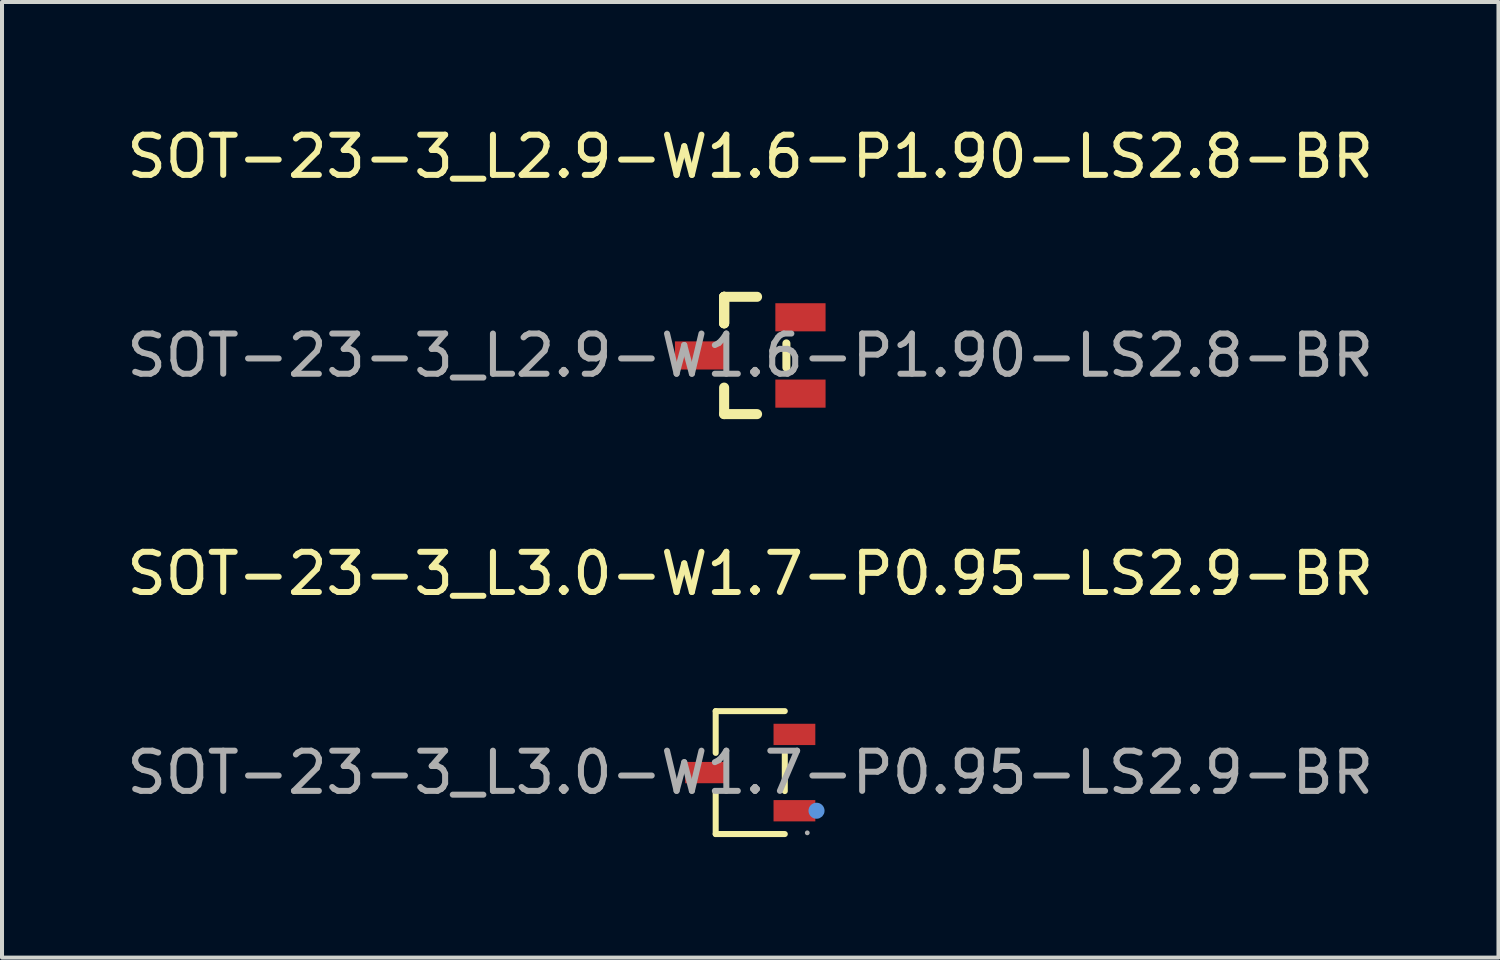
<source format=kicad_pcb>
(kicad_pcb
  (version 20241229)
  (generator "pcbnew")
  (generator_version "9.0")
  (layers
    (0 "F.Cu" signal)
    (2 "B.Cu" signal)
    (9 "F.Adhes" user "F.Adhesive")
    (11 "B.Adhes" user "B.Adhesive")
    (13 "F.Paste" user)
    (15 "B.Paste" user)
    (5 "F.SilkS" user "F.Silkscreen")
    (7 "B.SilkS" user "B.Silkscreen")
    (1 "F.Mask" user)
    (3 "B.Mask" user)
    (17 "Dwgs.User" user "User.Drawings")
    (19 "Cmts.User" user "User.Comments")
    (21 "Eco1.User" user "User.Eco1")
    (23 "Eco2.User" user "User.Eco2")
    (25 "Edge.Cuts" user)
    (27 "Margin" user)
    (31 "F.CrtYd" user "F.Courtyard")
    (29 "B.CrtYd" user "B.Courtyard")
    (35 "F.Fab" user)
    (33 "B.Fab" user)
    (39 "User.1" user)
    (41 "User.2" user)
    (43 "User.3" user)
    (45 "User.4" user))
  (footprint "SOT-23-3_L2.9-W1.6-P1.90-LS2.8-BR"
    (layer "F.Cu")
    (at 15.625 5.798)
    (property "Reference" "SOT-23-3_L2.9-W1.6-P1.90-LS2.8-BR" (at 0 -4.95 0) (layer "F.SilkS") (effects (font (size 1 1) (thickness 0.15))))
    (attr through_hole)
    (fp_line (start -0.65 -1.46) (end -0.65 -0.8) (stroke (width 0.25) (type solid)) (layer "F.SilkS"))
    (fp_line (start -0.65 -1.46) (end 0.17 -1.46) (stroke (width 0.25) (type solid)) (layer "F.SilkS"))
    (fp_line (start -0.65 -0.8) (end -0.65 -1.46) (stroke (width 0.25) (type solid)) (layer "F.SilkS"))
    (fp_line (start -0.65 -0.8) (end -0.65 -1.46) (stroke (width 0.25) (type solid)) (layer "F.SilkS"))
    (fp_line (start -0.65 1.46) (end -0.65 0.8) (stroke (width 0.25) (type solid)) (layer "F.SilkS"))
    (fp_line (start 0.17 1.46) (end -0.65 1.46) (stroke (width 0.25) (type solid)) (layer "F.SilkS"))
    (fp_line (start 0.9 0.3) (end 0.9 -0.3) (stroke (width 0.2) (type solid)) (layer "F.SilkS"))
    (fp_text user "${REFERENCE}" (at 0 0 0) (layer "F.Fab") (effects (font (size 1 1) (thickness 0.15))))
    (pad "1" smd rect (at 1.25 0.95 270) (size 0.7 1.25) (layers "F.Cu" "F.Mask" "F.Paste"))
    (pad "2" smd rect (at 1.25 -0.95 270) (size 0.7 1.25) (layers "F.Cu" "F.Mask" "F.Paste"))
    (pad "3" smd rect (at -1.25 0 270) (size 0.7 1.25) (layers "F.Cu" "F.Mask" "F.Paste")))
  (footprint "SOT-23-3_L3.0-W1.7-P0.95-LS2.9-BR"
    (layer "F.Cu")
    (at 15.625 16.181)
    (property "Reference" "SOT-23-3_L3.0-W1.7-P0.95-LS2.9-BR" (at 0 -4.95 0) (layer "F.SilkS") (effects (font (size 1 1) (thickness 0.15))))
    (attr through_hole)
    (fp_line (start -0.86 -1.53) (end -0.86 -0.49) (stroke (width 0.15) (type solid)) (layer "F.SilkS"))
    (fp_line (start -0.86 1.53) (end -0.86 0.49) (stroke (width 0.15) (type solid)) (layer "F.SilkS"))
    (fp_line (start 0.86 -1.53) (end -0.86 -1.53) (stroke (width 0.15) (type solid)) (layer "F.SilkS"))
    (fp_line (start 0.86 -0.46) (end 0.86 0.46) (stroke (width 0.15) (type solid)) (layer "F.SilkS"))
    (fp_line (start 0.86 1.53) (end -0.86 1.53) (stroke (width 0.15) (type solid)) (layer "F.SilkS"))
    (fp_circle (center 1.65 0.95) (end 1.75 0.95) (stroke (width 0.2) (type solid)) (fill no) (layer "Cmts.User"))
    (fp_circle (center 1.42 1.5) (end 1.45 1.5) (stroke (width 0.06) (type solid)) (fill no) (layer "F.Fab"))
    (fp_text user "${REFERENCE}" (at 0 0 0) (layer "F.Fab") (effects (font (size 1 1) (thickness 0.15))))
    (pad "1" smd rect (at 1.1 0.95) (size 1.04 0.53) (layers "F.Cu" "F.Mask" "F.Paste"))
    (pad "2" smd rect (at 1.1 -0.95) (size 1.04 0.53) (layers "F.Cu" "F.Mask" "F.Paste"))
    (pad "3" smd rect (at -1.1 0) (size 1.04 0.53) (layers "F.Cu" "F.Mask" "F.Paste")))
  (gr_rect
    (start -3 -3)
    (end 34.25 20.787)
    (stroke (width 0.1) (type default))
    (fill no)
    (layer "Edge.Cuts")))
</source>
